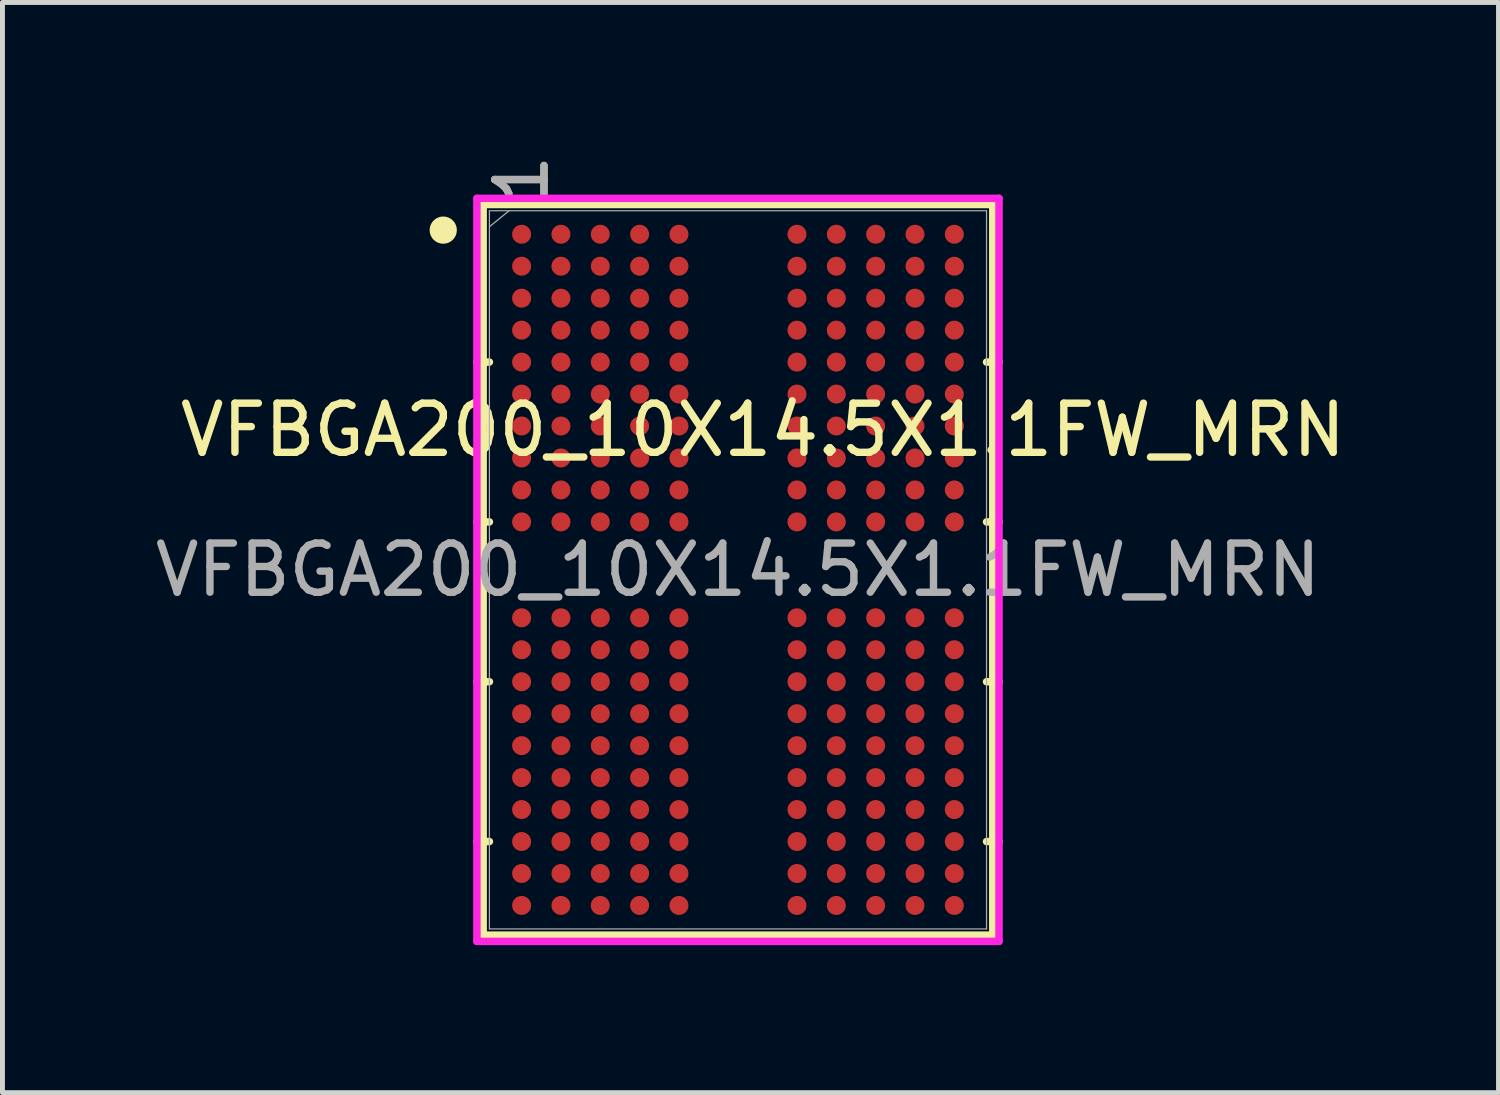
<source format=kicad_pcb>
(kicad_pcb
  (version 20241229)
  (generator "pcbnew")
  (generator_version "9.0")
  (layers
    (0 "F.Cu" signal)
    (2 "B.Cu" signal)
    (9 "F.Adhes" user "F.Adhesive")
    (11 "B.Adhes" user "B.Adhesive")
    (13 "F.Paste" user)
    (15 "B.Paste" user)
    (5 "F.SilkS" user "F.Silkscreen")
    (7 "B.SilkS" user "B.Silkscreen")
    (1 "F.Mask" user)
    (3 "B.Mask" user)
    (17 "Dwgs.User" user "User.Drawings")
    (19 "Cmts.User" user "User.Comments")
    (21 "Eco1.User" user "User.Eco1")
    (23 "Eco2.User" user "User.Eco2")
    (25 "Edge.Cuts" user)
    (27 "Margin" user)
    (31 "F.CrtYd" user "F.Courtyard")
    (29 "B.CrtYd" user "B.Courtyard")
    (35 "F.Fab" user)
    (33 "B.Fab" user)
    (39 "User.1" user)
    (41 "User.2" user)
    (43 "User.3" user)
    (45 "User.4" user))
  (footprint "VFBGA200_10X14.5X1.1FW_MRN"
    (layer "F.Cu")
    (at 11.958 8.539)
    (property "Reference" "VFBGA200_10X14.5X1.1FW_MRN" (at 0.508 -2.845 0) (unlocked yes) (layer "F.SilkS") (effects (font (size 1 1) (thickness 0.15))))
    (attr smd)
    (fp_line (start -5.182 -7.429) (end -5.182 7.429) (stroke (width 0.152) (type solid)) (layer "F.SilkS"))
    (fp_line (start -5.182 7.429) (end 5.182 7.429) (stroke (width 0.152) (type solid)) (layer "F.SilkS"))
    (fp_line (start -5.055 -4.225) (end -5.309 -4.225) (stroke (width 0.152) (type solid)) (layer "F.SilkS"))
    (fp_line (start -5.055 -0.975) (end -5.309 -0.975) (stroke (width 0.152) (type solid)) (layer "F.SilkS"))
    (fp_line (start -5.055 2.275) (end -5.309 2.275) (stroke (width 0.152) (type solid)) (layer "F.SilkS"))
    (fp_line (start -5.055 5.525) (end -5.309 5.525) (stroke (width 0.152) (type solid)) (layer "F.SilkS"))
    (fp_line (start 5.055 -4.225) (end 5.309 -4.225) (stroke (width 0.152) (type solid)) (layer "F.SilkS"))
    (fp_line (start 5.055 -0.975) (end 5.309 -0.975) (stroke (width 0.152) (type solid)) (layer "F.SilkS"))
    (fp_line (start 5.055 2.275) (end 5.309 2.275) (stroke (width 0.152) (type solid)) (layer "F.SilkS"))
    (fp_line (start 5.055 5.525) (end 5.309 5.525) (stroke (width 0.152) (type solid)) (layer "F.SilkS"))
    (fp_line (start 5.182 -7.429) (end -5.182 -7.429) (stroke (width 0.152) (type solid)) (layer "F.SilkS"))
    (fp_line (start 5.182 7.429) (end 5.182 -7.429) (stroke (width 0.152) (type solid)) (layer "F.SilkS"))
    (fp_circle (center -5.994 -6.909) (end -5.767 -6.909) (stroke (width 0.1) (type solid)) (fill yes) (layer "F.SilkS"))
    (fp_line (start -5.309 -7.556) (end 5.309 -7.556) (stroke (width 0.152) (type solid)) (layer "F.CrtYd"))
    (fp_line (start -5.309 7.556) (end -5.309 -7.556) (stroke (width 0.152) (type solid)) (layer "F.CrtYd"))
    (fp_line (start 5.309 -7.556) (end 5.309 7.556) (stroke (width 0.152) (type solid)) (layer "F.CrtYd"))
    (fp_line (start 5.309 7.556) (end -5.309 7.556) (stroke (width 0.152) (type solid)) (layer "F.CrtYd"))
    (fp_line (start -5.055 -7.303) (end -5.055 7.303) (stroke (width 0.025) (type solid)) (layer "F.Fab"))
    (fp_line (start -5.055 7.303) (end 5.055 7.303) (stroke (width 0.025) (type solid)) (layer "F.Fab"))
    (fp_line (start -4.655 -7.303) (end -5.055 -6.978) (stroke (width 0.025) (type solid)) (layer "F.Fab"))
    (fp_line (start 5.055 -7.303) (end -5.055 -7.303) (stroke (width 0.025) (type solid)) (layer "F.Fab"))
    (fp_line (start 5.055 7.303) (end 5.055 -7.303) (stroke (width 0.025) (type solid)) (layer "F.Fab"))
    (fp_text user "1" (at -4.4 -7.938 90) (unlocked yes) (layer "B.SilkS") (effects (font (size 1 1) (thickness 0.15))))
    (fp_text user "1" (at -4.4 -7.938 90) (unlocked yes) (layer "F.Fab") (effects (font (size 1 1) (thickness 0.15))))
    (fp_text user "${REFERENCE}" (at 0 0 0) (unlocked yes) (layer "F.Fab") (effects (font (size 1 1) (thickness 0.15))))
    (pad "A1" smd circle (at -4.4 -6.825) (size 0.386 0.386) (layers "F.Cu" "F.Mask" "F.Paste"))
    (pad "A2" smd circle (at -3.6 -6.825) (size 0.386 0.386) (layers "F.Cu" "F.Mask" "F.Paste"))
    (pad "A3" smd circle (at -2.8 -6.825) (size 0.386 0.386) (layers "F.Cu" "F.Mask" "F.Paste"))
    (pad "A4" smd circle (at -2 -6.825) (size 0.386 0.386) (layers "F.Cu" "F.Mask" "F.Paste"))
    (pad "A5" smd circle (at -1.2 -6.825) (size 0.386 0.386) (layers "F.Cu" "F.Mask" "F.Paste"))
    (pad "A8" smd circle (at 1.2 -6.825) (size 0.386 0.386) (layers "F.Cu" "F.Mask" "F.Paste"))
    (pad "A9" smd circle (at 2 -6.825) (size 0.386 0.386) (layers "F.Cu" "F.Mask" "F.Paste"))
    (pad "A10" smd circle (at 2.8 -6.825) (size 0.386 0.386) (layers "F.Cu" "F.Mask" "F.Paste"))
    (pad "A11" smd circle (at 3.6 -6.825) (size 0.386 0.386) (layers "F.Cu" "F.Mask" "F.Paste"))
    (pad "A12" smd circle (at 4.4 -6.825) (size 0.386 0.386) (layers "F.Cu" "F.Mask" "F.Paste"))
    (pad "AA1" smd circle (at -4.4 6.175) (size 0.386 0.386) (layers "F.Cu" "F.Mask" "F.Paste"))
    (pad "AA2" smd circle (at -3.6 6.175) (size 0.386 0.386) (layers "F.Cu" "F.Mask" "F.Paste"))
    (pad "AA3" smd circle (at -2.8 6.175) (size 0.386 0.386) (layers "F.Cu" "F.Mask" "F.Paste"))
    (pad "AA4" smd circle (at -2 6.175) (size 0.386 0.386) (layers "F.Cu" "F.Mask" "F.Paste"))
    (pad "AA5" smd circle (at -1.2 6.175) (size 0.386 0.386) (layers "F.Cu" "F.Mask" "F.Paste"))
    (pad "AA8" smd circle (at 1.2 6.175) (size 0.386 0.386) (layers "F.Cu" "F.Mask" "F.Paste"))
    (pad "AA9" smd circle (at 2 6.175) (size 0.386 0.386) (layers "F.Cu" "F.Mask" "F.Paste"))
    (pad "AA10" smd circle (at 2.8 6.175) (size 0.386 0.386) (layers "F.Cu" "F.Mask" "F.Paste"))
    (pad "AA11" smd circle (at 3.6 6.175) (size 0.386 0.386) (layers "F.Cu" "F.Mask" "F.Paste"))
    (pad "AA12" smd circle (at 4.4 6.175) (size 0.386 0.386) (layers "F.Cu" "F.Mask" "F.Paste"))
    (pad "AB1" smd circle (at -4.4 6.825) (size 0.386 0.386) (layers "F.Cu" "F.Mask" "F.Paste"))
    (pad "AB2" smd circle (at -3.6 6.825) (size 0.386 0.386) (layers "F.Cu" "F.Mask" "F.Paste"))
    (pad "AB3" smd circle (at -2.8 6.825) (size 0.386 0.386) (layers "F.Cu" "F.Mask" "F.Paste"))
    (pad "AB4" smd circle (at -2 6.825) (size 0.386 0.386) (layers "F.Cu" "F.Mask" "F.Paste"))
    (pad "AB5" smd circle (at -1.2 6.825) (size 0.386 0.386) (layers "F.Cu" "F.Mask" "F.Paste"))
    (pad "AB8" smd circle (at 1.2 6.825) (size 0.386 0.386) (layers "F.Cu" "F.Mask" "F.Paste"))
    (pad "AB9" smd circle (at 2 6.825) (size 0.386 0.386) (layers "F.Cu" "F.Mask" "F.Paste"))
    (pad "AB10" smd circle (at 2.8 6.825) (size 0.386 0.386) (layers "F.Cu" "F.Mask" "F.Paste"))
    (pad "AB11" smd circle (at 3.6 6.825) (size 0.386 0.386) (layers "F.Cu" "F.Mask" "F.Paste"))
    (pad "AB12" smd circle (at 4.4 6.825) (size 0.386 0.386) (layers "F.Cu" "F.Mask" "F.Paste"))
    (pad "B1" smd circle (at -4.4 -6.175) (size 0.386 0.386) (layers "F.Cu" "F.Mask" "F.Paste"))
    (pad "B2" smd circle (at -3.6 -6.175) (size 0.386 0.386) (layers "F.Cu" "F.Mask" "F.Paste"))
    (pad "B3" smd circle (at -2.8 -6.175) (size 0.386 0.386) (layers "F.Cu" "F.Mask" "F.Paste"))
    (pad "B4" smd circle (at -2 -6.175) (size 0.386 0.386) (layers "F.Cu" "F.Mask" "F.Paste"))
    (pad "B5" smd circle (at -1.2 -6.175) (size 0.386 0.386) (layers "F.Cu" "F.Mask" "F.Paste"))
    (pad "B8" smd circle (at 1.2 -6.175) (size 0.386 0.386) (layers "F.Cu" "F.Mask" "F.Paste"))
    (pad "B9" smd circle (at 2 -6.175) (size 0.386 0.386) (layers "F.Cu" "F.Mask" "F.Paste"))
    (pad "B10" smd circle (at 2.8 -6.175) (size 0.386 0.386) (layers "F.Cu" "F.Mask" "F.Paste"))
    (pad "B11" smd circle (at 3.6 -6.175) (size 0.386 0.386) (layers "F.Cu" "F.Mask" "F.Paste"))
    (pad "B12" smd circle (at 4.4 -6.175) (size 0.386 0.386) (layers "F.Cu" "F.Mask" "F.Paste"))
    (pad "C1" smd circle (at -4.4 -5.525) (size 0.386 0.386) (layers "F.Cu" "F.Mask" "F.Paste"))
    (pad "C2" smd circle (at -3.6 -5.525) (size 0.386 0.386) (layers "F.Cu" "F.Mask" "F.Paste"))
    (pad "C3" smd circle (at -2.8 -5.525) (size 0.386 0.386) (layers "F.Cu" "F.Mask" "F.Paste"))
    (pad "C4" smd circle (at -2 -5.525) (size 0.386 0.386) (layers "F.Cu" "F.Mask" "F.Paste"))
    (pad "C5" smd circle (at -1.2 -5.525) (size 0.386 0.386) (layers "F.Cu" "F.Mask" "F.Paste"))
    (pad "C8" smd circle (at 1.2 -5.525) (size 0.386 0.386) (layers "F.Cu" "F.Mask" "F.Paste"))
    (pad "C9" smd circle (at 2 -5.525) (size 0.386 0.386) (layers "F.Cu" "F.Mask" "F.Paste"))
    (pad "C10" smd circle (at 2.8 -5.525) (size 0.386 0.386) (layers "F.Cu" "F.Mask" "F.Paste"))
    (pad "C11" smd circle (at 3.6 -5.525) (size 0.386 0.386) (layers "F.Cu" "F.Mask" "F.Paste"))
    (pad "C12" smd circle (at 4.4 -5.525) (size 0.386 0.386) (layers "F.Cu" "F.Mask" "F.Paste"))
    (pad "D1" smd circle (at -4.4 -4.875) (size 0.386 0.386) (layers "F.Cu" "F.Mask" "F.Paste"))
    (pad "D2" smd circle (at -3.6 -4.875) (size 0.386 0.386) (layers "F.Cu" "F.Mask" "F.Paste"))
    (pad "D3" smd circle (at -2.8 -4.875) (size 0.386 0.386) (layers "F.Cu" "F.Mask" "F.Paste"))
    (pad "D4" smd circle (at -2 -4.875) (size 0.386 0.386) (layers "F.Cu" "F.Mask" "F.Paste"))
    (pad "D5" smd circle (at -1.2 -4.875) (size 0.386 0.386) (layers "F.Cu" "F.Mask" "F.Paste"))
    (pad "D8" smd circle (at 1.2 -4.875) (size 0.386 0.386) (layers "F.Cu" "F.Mask" "F.Paste"))
    (pad "D9" smd circle (at 2 -4.875) (size 0.386 0.386) (layers "F.Cu" "F.Mask" "F.Paste"))
    (pad "D10" smd circle (at 2.8 -4.875) (size 0.386 0.386) (layers "F.Cu" "F.Mask" "F.Paste"))
    (pad "D11" smd circle (at 3.6 -4.875) (size 0.386 0.386) (layers "F.Cu" "F.Mask" "F.Paste"))
    (pad "D12" smd circle (at 4.4 -4.875) (size 0.386 0.386) (layers "F.Cu" "F.Mask" "F.Paste"))
    (pad "E1" smd circle (at -4.4 -4.225) (size 0.386 0.386) (layers "F.Cu" "F.Mask" "F.Paste"))
    (pad "E2" smd circle (at -3.6 -4.225) (size 0.386 0.386) (layers "F.Cu" "F.Mask" "F.Paste"))
    (pad "E3" smd circle (at -2.8 -4.225) (size 0.386 0.386) (layers "F.Cu" "F.Mask" "F.Paste"))
    (pad "E4" smd circle (at -2 -4.225) (size 0.386 0.386) (layers "F.Cu" "F.Mask" "F.Paste"))
    (pad "E5" smd circle (at -1.2 -4.225) (size 0.386 0.386) (layers "F.Cu" "F.Mask" "F.Paste"))
    (pad "E8" smd circle (at 1.2 -4.225) (size 0.386 0.386) (layers "F.Cu" "F.Mask" "F.Paste"))
    (pad "E9" smd circle (at 2 -4.225) (size 0.386 0.386) (layers "F.Cu" "F.Mask" "F.Paste"))
    (pad "E10" smd circle (at 2.8 -4.225) (size 0.386 0.386) (layers "F.Cu" "F.Mask" "F.Paste"))
    (pad "E11" smd circle (at 3.6 -4.225) (size 0.386 0.386) (layers "F.Cu" "F.Mask" "F.Paste"))
    (pad "E12" smd circle (at 4.4 -4.225) (size 0.386 0.386) (layers "F.Cu" "F.Mask" "F.Paste"))
    (pad "F1" smd circle (at -4.4 -3.575) (size 0.386 0.386) (layers "F.Cu" "F.Mask" "F.Paste"))
    (pad "F2" smd circle (at -3.6 -3.575) (size 0.386 0.386) (layers "F.Cu" "F.Mask" "F.Paste"))
    (pad "F3" smd circle (at -2.8 -3.575) (size 0.386 0.386) (layers "F.Cu" "F.Mask" "F.Paste"))
    (pad "F4" smd circle (at -2 -3.575) (size 0.386 0.386) (layers "F.Cu" "F.Mask" "F.Paste"))
    (pad "F5" smd circle (at -1.2 -3.575) (size 0.386 0.386) (layers "F.Cu" "F.Mask" "F.Paste"))
    (pad "F8" smd circle (at 1.2 -3.575) (size 0.386 0.386) (layers "F.Cu" "F.Mask" "F.Paste"))
    (pad "F9" smd circle (at 2 -3.575) (size 0.386 0.386) (layers "F.Cu" "F.Mask" "F.Paste"))
    (pad "F10" smd circle (at 2.8 -3.575) (size 0.386 0.386) (layers "F.Cu" "F.Mask" "F.Paste"))
    (pad "F11" smd circle (at 3.6 -3.575) (size 0.386 0.386) (layers "F.Cu" "F.Mask" "F.Paste"))
    (pad "F12" smd circle (at 4.4 -3.575) (size 0.386 0.386) (layers "F.Cu" "F.Mask" "F.Paste"))
    (pad "G1" smd circle (at -4.4 -2.925) (size 0.386 0.386) (layers "F.Cu" "F.Mask" "F.Paste"))
    (pad "G2" smd circle (at -3.6 -2.925) (size 0.386 0.386) (layers "F.Cu" "F.Mask" "F.Paste"))
    (pad "G3" smd circle (at -2.8 -2.925) (size 0.386 0.386) (layers "F.Cu" "F.Mask" "F.Paste"))
    (pad "G4" smd circle (at -2 -2.925) (size 0.386 0.386) (layers "F.Cu" "F.Mask" "F.Paste"))
    (pad "G5" smd circle (at -1.2 -2.925) (size 0.386 0.386) (layers "F.Cu" "F.Mask" "F.Paste"))
    (pad "G8" smd circle (at 1.2 -2.925) (size 0.386 0.386) (layers "F.Cu" "F.Mask" "F.Paste"))
    (pad "G9" smd circle (at 2 -2.925) (size 0.386 0.386) (layers "F.Cu" "F.Mask" "F.Paste"))
    (pad "G10" smd circle (at 2.8 -2.925) (size 0.386 0.386) (layers "F.Cu" "F.Mask" "F.Paste"))
    (pad "G11" smd circle (at 3.6 -2.925) (size 0.386 0.386) (layers "F.Cu" "F.Mask" "F.Paste"))
    (pad "G12" smd circle (at 4.4 -2.925) (size 0.386 0.386) (layers "F.Cu" "F.Mask" "F.Paste"))
    (pad "H1" smd circle (at -4.4 -2.275) (size 0.386 0.386) (layers "F.Cu" "F.Mask" "F.Paste"))
    (pad "H2" smd circle (at -3.6 -2.275) (size 0.386 0.386) (layers "F.Cu" "F.Mask" "F.Paste"))
    (pad "H3" smd circle (at -2.8 -2.275) (size 0.386 0.386) (layers "F.Cu" "F.Mask" "F.Paste"))
    (pad "H4" smd circle (at -2 -2.275) (size 0.386 0.386) (layers "F.Cu" "F.Mask" "F.Paste"))
    (pad "H5" smd circle (at -1.2 -2.275) (size 0.386 0.386) (layers "F.Cu" "F.Mask" "F.Paste"))
    (pad "H8" smd circle (at 1.2 -2.275) (size 0.386 0.386) (layers "F.Cu" "F.Mask" "F.Paste"))
    (pad "H9" smd circle (at 2 -2.275) (size 0.386 0.386) (layers "F.Cu" "F.Mask" "F.Paste"))
    (pad "H10" smd circle (at 2.8 -2.275) (size 0.386 0.386) (layers "F.Cu" "F.Mask" "F.Paste"))
    (pad "H11" smd circle (at 3.6 -2.275) (size 0.386 0.386) (layers "F.Cu" "F.Mask" "F.Paste"))
    (pad "H12" smd circle (at 4.4 -2.275) (size 0.386 0.386) (layers "F.Cu" "F.Mask" "F.Paste"))
    (pad "J1" smd circle (at -4.4 -1.625) (size 0.386 0.386) (layers "F.Cu" "F.Mask" "F.Paste"))
    (pad "J2" smd circle (at -3.6 -1.625) (size 0.386 0.386) (layers "F.Cu" "F.Mask" "F.Paste"))
    (pad "J3" smd circle (at -2.8 -1.625) (size 0.386 0.386) (layers "F.Cu" "F.Mask" "F.Paste"))
    (pad "J4" smd circle (at -2 -1.625) (size 0.386 0.386) (layers "F.Cu" "F.Mask" "F.Paste"))
    (pad "J5" smd circle (at -1.2 -1.625) (size 0.386 0.386) (layers "F.Cu" "F.Mask" "F.Paste"))
    (pad "J8" smd circle (at 1.2 -1.625) (size 0.386 0.386) (layers "F.Cu" "F.Mask" "F.Paste"))
    (pad "J9" smd circle (at 2 -1.625) (size 0.386 0.386) (layers "F.Cu" "F.Mask" "F.Paste"))
    (pad "J10" smd circle (at 2.8 -1.625) (size 0.386 0.386) (layers "F.Cu" "F.Mask" "F.Paste"))
    (pad "J11" smd circle (at 3.6 -1.625) (size 0.386 0.386) (layers "F.Cu" "F.Mask" "F.Paste"))
    (pad "J12" smd circle (at 4.4 -1.625) (size 0.386 0.386) (layers "F.Cu" "F.Mask" "F.Paste"))
    (pad "K1" smd circle (at -4.4 -0.975) (size 0.386 0.386) (layers "F.Cu" "F.Mask" "F.Paste"))
    (pad "K2" smd circle (at -3.6 -0.975) (size 0.386 0.386) (layers "F.Cu" "F.Mask" "F.Paste"))
    (pad "K3" smd circle (at -2.8 -0.975) (size 0.386 0.386) (layers "F.Cu" "F.Mask" "F.Paste"))
    (pad "K4" smd circle (at -2 -0.975) (size 0.386 0.386) (layers "F.Cu" "F.Mask" "F.Paste"))
    (pad "K5" smd circle (at -1.2 -0.975) (size 0.386 0.386) (layers "F.Cu" "F.Mask" "F.Paste"))
    (pad "K8" smd circle (at 1.2 -0.975) (size 0.386 0.386) (layers "F.Cu" "F.Mask" "F.Paste"))
    (pad "K9" smd circle (at 2 -0.975) (size 0.386 0.386) (layers "F.Cu" "F.Mask" "F.Paste"))
    (pad "K10" smd circle (at 2.8 -0.975) (size 0.386 0.386) (layers "F.Cu" "F.Mask" "F.Paste"))
    (pad "K11" smd circle (at 3.6 -0.975) (size 0.386 0.386) (layers "F.Cu" "F.Mask" "F.Paste"))
    (pad "K12" smd circle (at 4.4 -0.975) (size 0.386 0.386) (layers "F.Cu" "F.Mask" "F.Paste"))
    (pad "N1" smd circle (at -4.4 0.975) (size 0.386 0.386) (layers "F.Cu" "F.Mask" "F.Paste"))
    (pad "N2" smd circle (at -3.6 0.975) (size 0.386 0.386) (layers "F.Cu" "F.Mask" "F.Paste"))
    (pad "N3" smd circle (at -2.8 0.975) (size 0.386 0.386) (layers "F.Cu" "F.Mask" "F.Paste"))
    (pad "N4" smd circle (at -2 0.975) (size 0.386 0.386) (layers "F.Cu" "F.Mask" "F.Paste"))
    (pad "N5" smd circle (at -1.2 0.975) (size 0.386 0.386) (layers "F.Cu" "F.Mask" "F.Paste"))
    (pad "N8" smd circle (at 1.2 0.975) (size 0.386 0.386) (layers "F.Cu" "F.Mask" "F.Paste"))
    (pad "N9" smd circle (at 2 0.975) (size 0.386 0.386) (layers "F.Cu" "F.Mask" "F.Paste"))
    (pad "N10" smd circle (at 2.8 0.975) (size 0.386 0.386) (layers "F.Cu" "F.Mask" "F.Paste"))
    (pad "N11" smd circle (at 3.6 0.975) (size 0.386 0.386) (layers "F.Cu" "F.Mask" "F.Paste"))
    (pad "N12" smd circle (at 4.4 0.975) (size 0.386 0.386) (layers "F.Cu" "F.Mask" "F.Paste"))
    (pad "P1" smd circle (at -4.4 1.625) (size 0.386 0.386) (layers "F.Cu" "F.Mask" "F.Paste"))
    (pad "P2" smd circle (at -3.6 1.625) (size 0.386 0.386) (layers "F.Cu" "F.Mask" "F.Paste"))
    (pad "P3" smd circle (at -2.8 1.625) (size 0.386 0.386) (layers "F.Cu" "F.Mask" "F.Paste"))
    (pad "P4" smd circle (at -2 1.625) (size 0.386 0.386) (layers "F.Cu" "F.Mask" "F.Paste"))
    (pad "P5" smd circle (at -1.2 1.625) (size 0.386 0.386) (layers "F.Cu" "F.Mask" "F.Paste"))
    (pad "P8" smd circle (at 1.2 1.625) (size 0.386 0.386) (layers "F.Cu" "F.Mask" "F.Paste"))
    (pad "P9" smd circle (at 2 1.625) (size 0.386 0.386) (layers "F.Cu" "F.Mask" "F.Paste"))
    (pad "P10" smd circle (at 2.8 1.625) (size 0.386 0.386) (layers "F.Cu" "F.Mask" "F.Paste"))
    (pad "P11" smd circle (at 3.6 1.625) (size 0.386 0.386) (layers "F.Cu" "F.Mask" "F.Paste"))
    (pad "P12" smd circle (at 4.4 1.625) (size 0.386 0.386) (layers "F.Cu" "F.Mask" "F.Paste"))
    (pad "R1" smd circle (at -4.4 2.275) (size 0.386 0.386) (layers "F.Cu" "F.Mask" "F.Paste"))
    (pad "R2" smd circle (at -3.6 2.275) (size 0.386 0.386) (layers "F.Cu" "F.Mask" "F.Paste"))
    (pad "R3" smd circle (at -2.8 2.275) (size 0.386 0.386) (layers "F.Cu" "F.Mask" "F.Paste"))
    (pad "R4" smd circle (at -2 2.275) (size 0.386 0.386) (layers "F.Cu" "F.Mask" "F.Paste"))
    (pad "R5" smd circle (at -1.2 2.275) (size 0.386 0.386) (layers "F.Cu" "F.Mask" "F.Paste"))
    (pad "R8" smd circle (at 1.2 2.275) (size 0.386 0.386) (layers "F.Cu" "F.Mask" "F.Paste"))
    (pad "R9" smd circle (at 2 2.275) (size 0.386 0.386) (layers "F.Cu" "F.Mask" "F.Paste"))
    (pad "R10" smd circle (at 2.8 2.275) (size 0.386 0.386) (layers "F.Cu" "F.Mask" "F.Paste"))
    (pad "R11" smd circle (at 3.6 2.275) (size 0.386 0.386) (layers "F.Cu" "F.Mask" "F.Paste"))
    (pad "R12" smd circle (at 4.4 2.275) (size 0.386 0.386) (layers "F.Cu" "F.Mask" "F.Paste"))
    (pad "T1" smd circle (at -4.4 2.925) (size 0.386 0.386) (layers "F.Cu" "F.Mask" "F.Paste"))
    (pad "T2" smd circle (at -3.6 2.925) (size 0.386 0.386) (layers "F.Cu" "F.Mask" "F.Paste"))
    (pad "T3" smd circle (at -2.8 2.925) (size 0.386 0.386) (layers "F.Cu" "F.Mask" "F.Paste"))
    (pad "T4" smd circle (at -2 2.925) (size 0.386 0.386) (layers "F.Cu" "F.Mask" "F.Paste"))
    (pad "T5" smd circle (at -1.2 2.925) (size 0.386 0.386) (layers "F.Cu" "F.Mask" "F.Paste"))
    (pad "T8" smd circle (at 1.2 2.925) (size 0.386 0.386) (layers "F.Cu" "F.Mask" "F.Paste"))
    (pad "T9" smd circle (at 2 2.925) (size 0.386 0.386) (layers "F.Cu" "F.Mask" "F.Paste"))
    (pad "T10" smd circle (at 2.8 2.925) (size 0.386 0.386) (layers "F.Cu" "F.Mask" "F.Paste"))
    (pad "T11" smd circle (at 3.6 2.925) (size 0.386 0.386) (layers "F.Cu" "F.Mask" "F.Paste"))
    (pad "T12" smd circle (at 4.4 2.925) (size 0.386 0.386) (layers "F.Cu" "F.Mask" "F.Paste"))
    (pad "U1" smd circle (at -4.4 3.575) (size 0.386 0.386) (layers "F.Cu" "F.Mask" "F.Paste"))
    (pad "U2" smd circle (at -3.6 3.575) (size 0.386 0.386) (layers "F.Cu" "F.Mask" "F.Paste"))
    (pad "U3" smd circle (at -2.8 3.575) (size 0.386 0.386) (layers "F.Cu" "F.Mask" "F.Paste"))
    (pad "U4" smd circle (at -2 3.575) (size 0.386 0.386) (layers "F.Cu" "F.Mask" "F.Paste"))
    (pad "U5" smd circle (at -1.2 3.575) (size 0.386 0.386) (layers "F.Cu" "F.Mask" "F.Paste"))
    (pad "U8" smd circle (at 1.2 3.575) (size 0.386 0.386) (layers "F.Cu" "F.Mask" "F.Paste"))
    (pad "U9" smd circle (at 2 3.575) (size 0.386 0.386) (layers "F.Cu" "F.Mask" "F.Paste"))
    (pad "U10" smd circle (at 2.8 3.575) (size 0.386 0.386) (layers "F.Cu" "F.Mask" "F.Paste"))
    (pad "U11" smd circle (at 3.6 3.575) (size 0.386 0.386) (layers "F.Cu" "F.Mask" "F.Paste"))
    (pad "U12" smd circle (at 4.4 3.575) (size 0.386 0.386) (layers "F.Cu" "F.Mask" "F.Paste"))
    (pad "V1" smd circle (at -4.4 4.225) (size 0.386 0.386) (layers "F.Cu" "F.Mask" "F.Paste"))
    (pad "V2" smd circle (at -3.6 4.225) (size 0.386 0.386) (layers "F.Cu" "F.Mask" "F.Paste"))
    (pad "V3" smd circle (at -2.8 4.225) (size 0.386 0.386) (layers "F.Cu" "F.Mask" "F.Paste"))
    (pad "V4" smd circle (at -2 4.225) (size 0.386 0.386) (layers "F.Cu" "F.Mask" "F.Paste"))
    (pad "V5" smd circle (at -1.2 4.225) (size 0.386 0.386) (layers "F.Cu" "F.Mask" "F.Paste"))
    (pad "V8" smd circle (at 1.2 4.225) (size 0.386 0.386) (layers "F.Cu" "F.Mask" "F.Paste"))
    (pad "V9" smd circle (at 2 4.225) (size 0.386 0.386) (layers "F.Cu" "F.Mask" "F.Paste"))
    (pad "V10" smd circle (at 2.8 4.225) (size 0.386 0.386) (layers "F.Cu" "F.Mask" "F.Paste"))
    (pad "V11" smd circle (at 3.6 4.225) (size 0.386 0.386) (layers "F.Cu" "F.Mask" "F.Paste"))
    (pad "V12" smd circle (at 4.4 4.225) (size 0.386 0.386) (layers "F.Cu" "F.Mask" "F.Paste"))
    (pad "W1" smd circle (at -4.4 4.875) (size 0.386 0.386) (layers "F.Cu" "F.Mask" "F.Paste"))
    (pad "W2" smd circle (at -3.6 4.875) (size 0.386 0.386) (layers "F.Cu" "F.Mask" "F.Paste"))
    (pad "W3" smd circle (at -2.8 4.875) (size 0.386 0.386) (layers "F.Cu" "F.Mask" "F.Paste"))
    (pad "W4" smd circle (at -2 4.875) (size 0.386 0.386) (layers "F.Cu" "F.Mask" "F.Paste"))
    (pad "W5" smd circle (at -1.2 4.875) (size 0.386 0.386) (layers "F.Cu" "F.Mask" "F.Paste"))
    (pad "W8" smd circle (at 1.2 4.875) (size 0.386 0.386) (layers "F.Cu" "F.Mask" "F.Paste"))
    (pad "W9" smd circle (at 2 4.875) (size 0.386 0.386) (layers "F.Cu" "F.Mask" "F.Paste"))
    (pad "W10" smd circle (at 2.8 4.875) (size 0.386 0.386) (layers "F.Cu" "F.Mask" "F.Paste"))
    (pad "W11" smd circle (at 3.6 4.875) (size 0.386 0.386) (layers "F.Cu" "F.Mask" "F.Paste"))
    (pad "W12" smd circle (at 4.4 4.875) (size 0.386 0.386) (layers "F.Cu" "F.Mask" "F.Paste"))
    (pad "Y1" smd circle (at -4.4 5.525) (size 0.386 0.386) (layers "F.Cu" "F.Mask" "F.Paste"))
    (pad "Y2" smd circle (at -3.6 5.525) (size 0.386 0.386) (layers "F.Cu" "F.Mask" "F.Paste"))
    (pad "Y3" smd circle (at -2.8 5.525) (size 0.386 0.386) (layers "F.Cu" "F.Mask" "F.Paste"))
    (pad "Y4" smd circle (at -2 5.525) (size 0.386 0.386) (layers "F.Cu" "F.Mask" "F.Paste"))
    (pad "Y5" smd circle (at -1.2 5.525) (size 0.386 0.386) (layers "F.Cu" "F.Mask" "F.Paste"))
    (pad "Y8" smd circle (at 1.2 5.525) (size 0.386 0.386) (layers "F.Cu" "F.Mask" "F.Paste"))
    (pad "Y9" smd circle (at 2 5.525) (size 0.386 0.386) (layers "F.Cu" "F.Mask" "F.Paste"))
    (pad "Y10" smd circle (at 2.8 5.525) (size 0.386 0.386) (layers "F.Cu" "F.Mask" "F.Paste"))
    (pad "Y11" smd circle (at 3.6 5.525) (size 0.386 0.386) (layers "F.Cu" "F.Mask" "F.Paste"))
    (pad "Y12" smd circle (at 4.4 5.525) (size 0.386 0.386) (layers "F.Cu" "F.Mask" "F.Paste")))
  (gr_rect
    (start -3 -3)
    (end 27.425 19.171)
    (stroke (width 0.1) (type default))
    (fill no)
    (layer "Edge.Cuts")))
</source>
